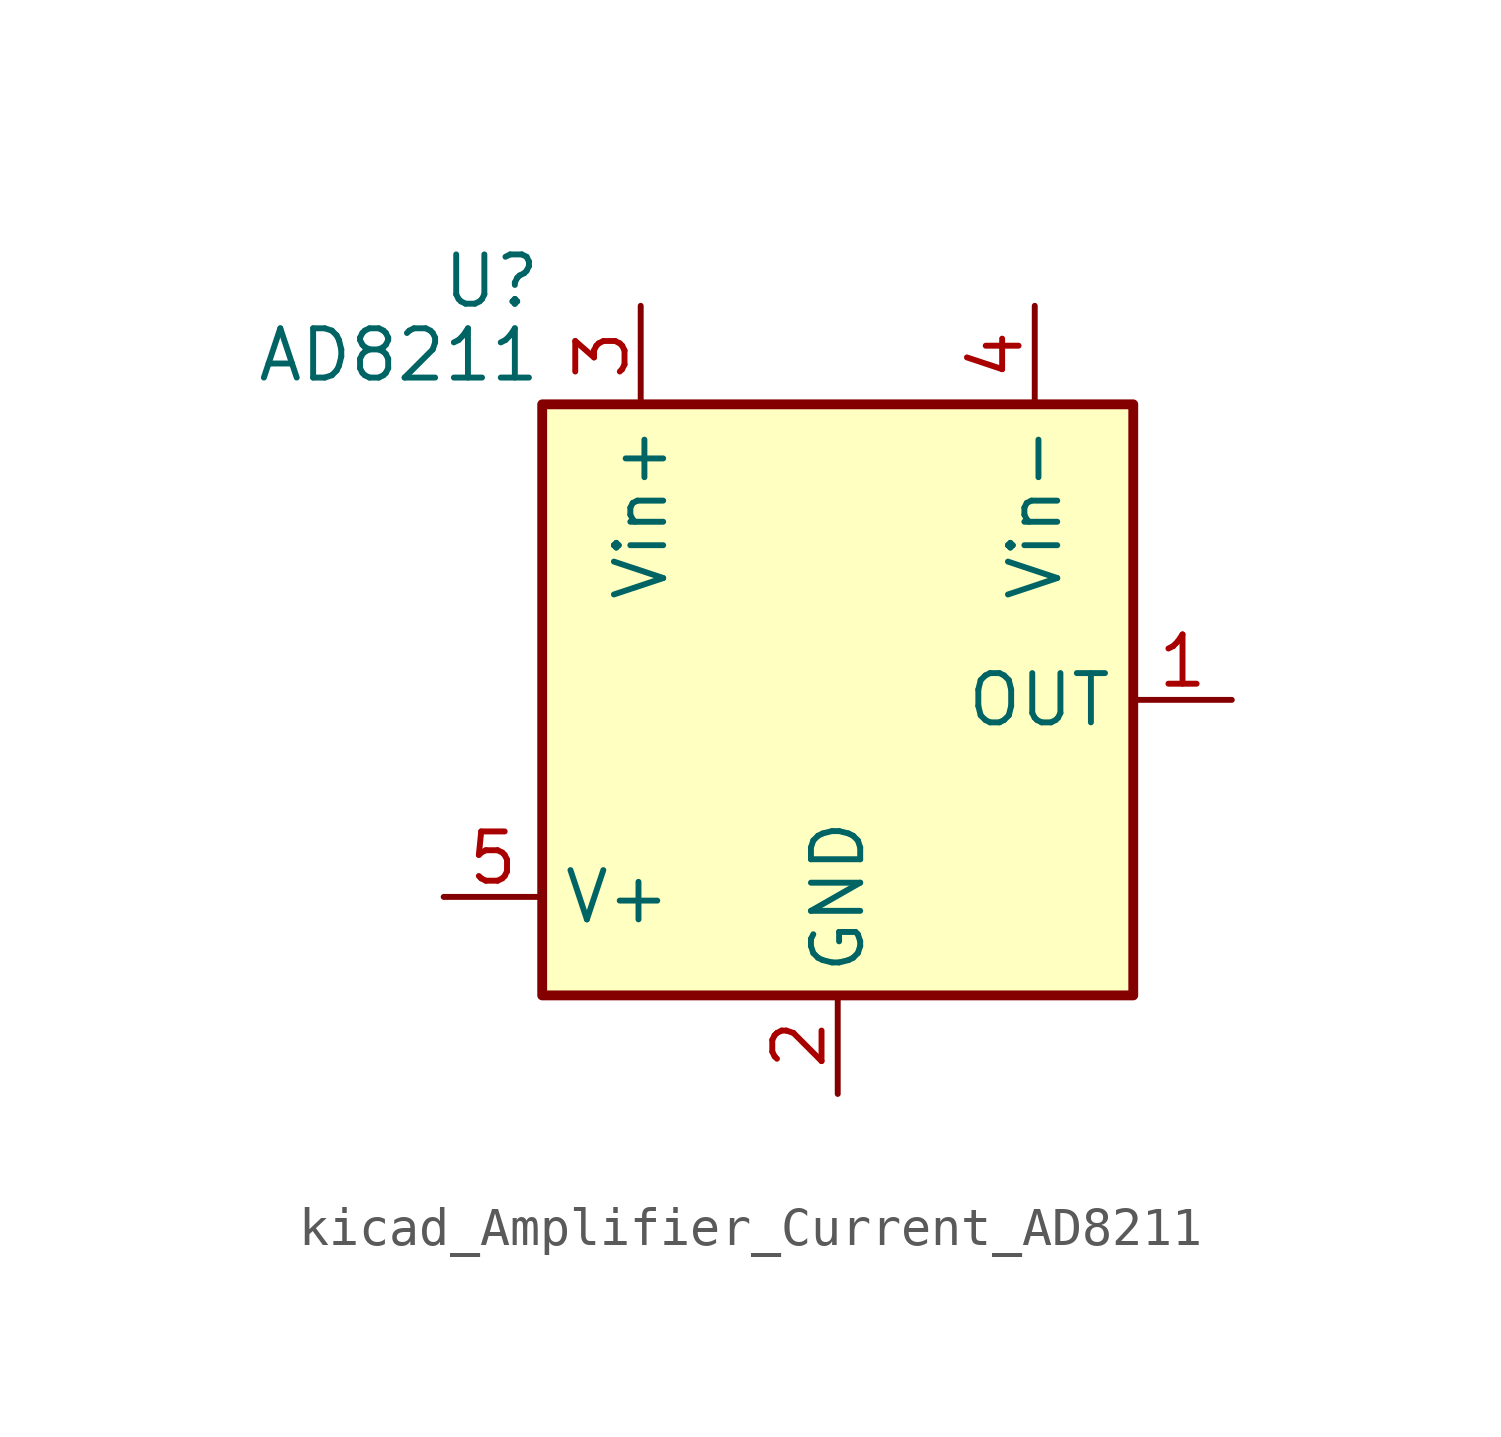
<source format=kicad_sym>
(kicad_symbol_lib
  (version 20220914)
  (generator kicad_symbol_editor)
  (symbol "kicad_Amplifier_Current_AD8211"
    (property "Reference" "U"
      (at -7.62 10.795 0)
      (effects (font (size 1.27 1.27)) (justify right)))
    (property "Value" "AD8211"
      (at -7.62 8.89 0)
      (effects (font (size 1.27 1.27)) (justify right)))
    (symbol "kicad_Amplifier_Current_AD8211_0_1"
      (rectangle (start -7.62 7.62) (end 7.62 -7.62) (stroke (width 0.254) (type default)) (fill (type background))))
    (symbol "kicad_Amplifier_Current_AD8211_1_1"
      (pin output line (at 10.16 0 180) (length 2.54) (name "OUT" (effects (font (size 1.27 1.27)))) (number "1" (effects (font (size 1.27 1.27)))))
      (pin power_in line (at 0 -10.16 90) (length 2.54) (name "GND" (effects (font (size 1.27 1.27)))) (number "2" (effects (font (size 1.27 1.27)))))
      (pin input line (at -5.08 10.16 270) (length 2.54) (name "Vin+" (effects (font (size 1.27 1.27)))) (number "3" (effects (font (size 1.27 1.27)))))
      (pin input line (at 5.08 10.16 270) (length 2.54) (name "Vin-" (effects (font (size 1.27 1.27)))) (number "4" (effects (font (size 1.27 1.27)))))
      (pin power_in line (at -10.16 -5.08 0) (length 2.54) (name "V+" (effects (font (size 1.27 1.27)))) (number "5" (effects (font (size 1.27 1.27))))))))
</source>
